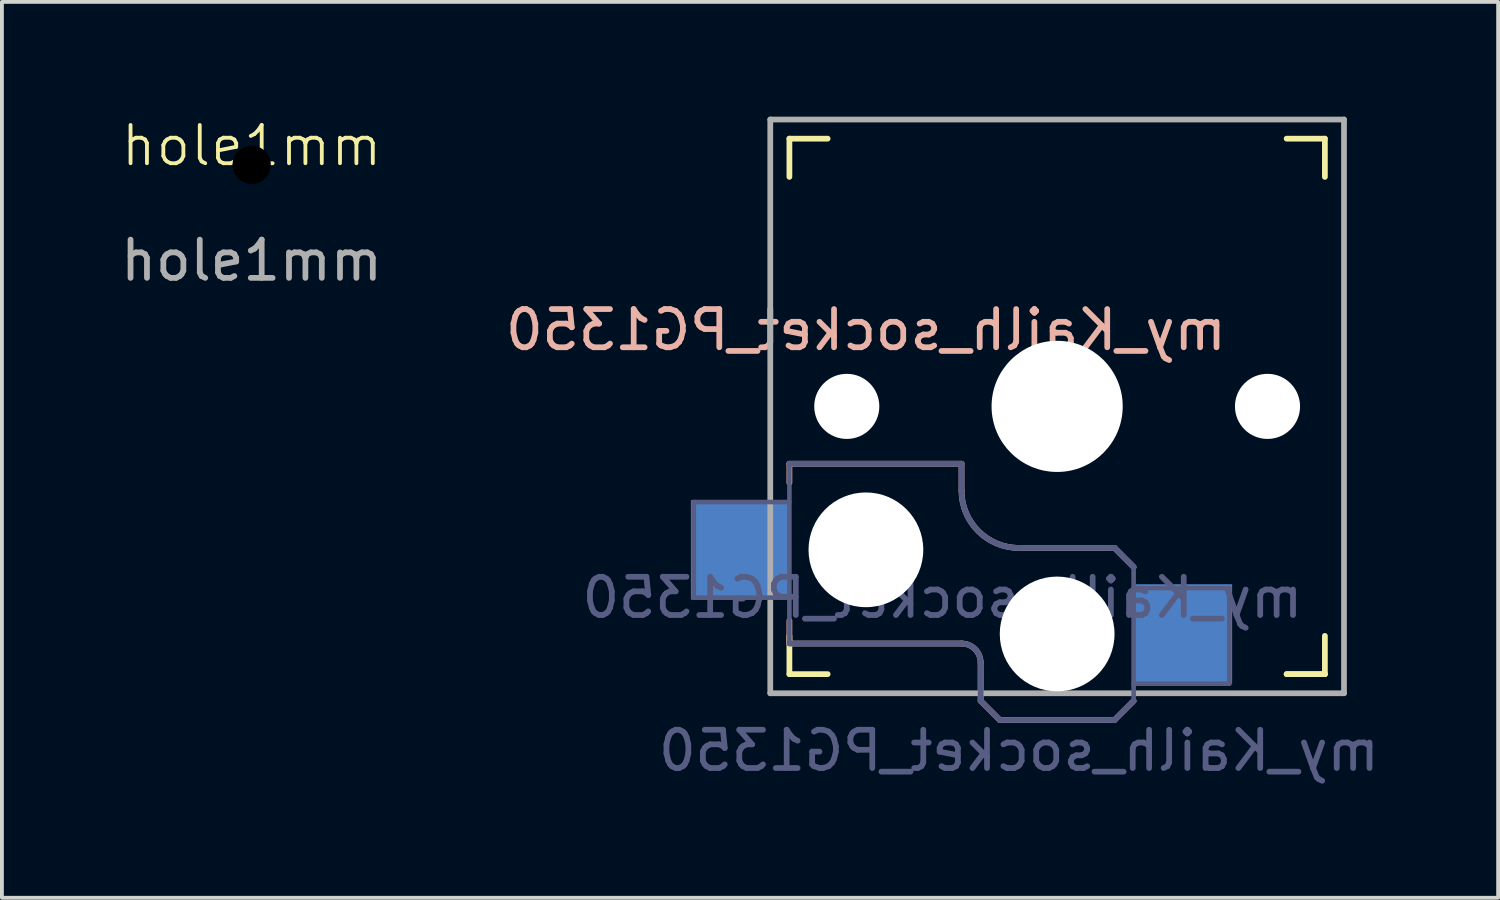
<source format=kicad_pcb>
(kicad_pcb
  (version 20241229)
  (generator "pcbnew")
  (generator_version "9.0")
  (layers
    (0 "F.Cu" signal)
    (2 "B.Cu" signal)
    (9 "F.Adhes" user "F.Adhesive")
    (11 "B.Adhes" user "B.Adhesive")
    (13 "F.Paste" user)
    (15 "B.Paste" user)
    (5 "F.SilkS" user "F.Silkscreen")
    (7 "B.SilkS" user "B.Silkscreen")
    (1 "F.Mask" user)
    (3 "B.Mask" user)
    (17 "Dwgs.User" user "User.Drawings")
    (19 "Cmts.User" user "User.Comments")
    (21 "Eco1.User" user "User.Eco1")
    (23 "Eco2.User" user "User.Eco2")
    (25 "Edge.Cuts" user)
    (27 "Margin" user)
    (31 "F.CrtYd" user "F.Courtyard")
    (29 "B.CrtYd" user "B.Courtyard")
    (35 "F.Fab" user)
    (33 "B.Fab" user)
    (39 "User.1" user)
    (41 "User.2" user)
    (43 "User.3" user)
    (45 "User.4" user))
  (footprint "my_Kailh_socket_PG1350"
    (layer "F.Cu")
    (at 24.589 7.575)
    (property "Reference" "my_Kailh_socket_PG1350" (at -5 -2 0) (layer "B.SilkS") (effects (font (size 1 1) (thickness 0.15)) (justify mirror)))
    (property "Value" "my_Kailh_socket_PG1350" (at 0 8.255 0) (layer "F.Fab") (hide yes) (effects (font (size 1 1) (thickness 0.15))))
    (attr smd)
    (fp_line (start -7 -6) (end -7 -7) (stroke (width 0.15) (type solid)) (layer "F.SilkS"))
    (fp_line (start -7 7) (end -7 6) (stroke (width 0.15) (type solid)) (layer "F.SilkS"))
    (fp_line (start -7 7) (end -6 7) (stroke (width 0.15) (type solid)) (layer "F.SilkS"))
    (fp_line (start -6 -7) (end -7 -7) (stroke (width 0.15) (type solid)) (layer "F.SilkS"))
    (fp_line (start 6 7) (end 7 7) (stroke (width 0.15) (type solid)) (layer "F.SilkS"))
    (fp_line (start 7 -7) (end 6 -7) (stroke (width 0.15) (type solid)) (layer "F.SilkS"))
    (fp_line (start 7 -7) (end 7 -6) (stroke (width 0.15) (type solid)) (layer "F.SilkS"))
    (fp_line (start 7 6) (end 7 7) (stroke (width 0.15) (type solid)) (layer "F.SilkS"))
    (fp_line (start 7 7) (end 6 7) (stroke (width 0.15) (type solid)) (layer "F.SilkS"))
    (fp_line (start -7 1.5) (end -7 2) (stroke (width 0.15) (type solid)) (layer "B.SilkS"))
    (fp_line (start -7 5.6) (end -7 6.2) (stroke (width 0.15) (type solid)) (layer "B.SilkS"))
    (fp_line (start -7 6.2) (end -2.5 6.2) (stroke (width 0.15) (type solid)) (layer "B.SilkS"))
    (fp_line (start -2.5 1.5) (end -7 1.5) (stroke (width 0.15) (type solid)) (layer "B.SilkS"))
    (fp_line (start -2.5 2.2) (end -2.5 1.5) (stroke (width 0.15) (type solid)) (layer "B.SilkS"))
    (fp_line (start -2 6.7) (end -2 7.7) (stroke (width 0.15) (type solid)) (layer "B.SilkS"))
    (fp_line (start -1.5 8.2) (end -2 7.7) (stroke (width 0.15) (type solid)) (layer "B.SilkS"))
    (fp_line (start 1.5 3.7) (end -1 3.7) (stroke (width 0.15) (type solid)) (layer "B.SilkS"))
    (fp_line (start 1.5 8.2) (end -1.5 8.2) (stroke (width 0.15) (type solid)) (layer "B.SilkS"))
    (fp_line (start 2 4.2) (end 1.5 3.7) (stroke (width 0.15) (type solid)) (layer "B.SilkS"))
    (fp_line (start 2 7.7) (end 1.5 8.2) (stroke (width 0.15) (type solid)) (layer "B.SilkS"))
    (fp_arc (start -2.5 6.2) (mid -2.146447 6.346447) (end -2 6.7) (stroke (width 0.15) (type solid)) (layer "B.SilkS"))
    (fp_arc (start -1 3.7) (mid -2.06066 3.26066) (end -2.5 2.2) (stroke (width 0.15) (type solid)) (layer "B.SilkS"))
    (fp_line (start -6.9 6.9) (end -6.9 -6.9) (stroke (width 0.15) (type solid)) (layer "Eco2.User"))
    (fp_line (start -6.9 6.9) (end 6.9 6.9) (stroke (width 0.15) (type solid)) (layer "Eco2.User"))
    (fp_line (start -2.6 -3.1) (end -2.6 -6.3) (stroke (width 0.15) (type solid)) (layer "Eco2.User"))
    (fp_line (start -2.6 -3.1) (end 2.6 -3.1) (stroke (width 0.15) (type solid)) (layer "Eco2.User"))
    (fp_line (start 2.6 -6.3) (end -2.6 -6.3) (stroke (width 0.15) (type solid)) (layer "Eco2.User"))
    (fp_line (start 2.6 -3.1) (end 2.6 -6.3) (stroke (width 0.15) (type solid)) (layer "Eco2.User"))
    (fp_line (start 6.9 -6.9) (end -6.9 -6.9) (stroke (width 0.15) (type solid)) (layer "Eco2.User"))
    (fp_line (start 6.9 -6.9) (end 6.9 6.9) (stroke (width 0.15) (type solid)) (layer "Eco2.User"))
    (fp_line (start -9.5 2.5) (end -7 2.5) (stroke (width 0.12) (type solid)) (layer "B.Fab"))
    (fp_line (start -9.5 5) (end -9.5 2.5) (stroke (width 0.12) (type solid)) (layer "B.Fab"))
    (fp_line (start -7 1.5) (end -7 6.2) (stroke (width 0.12) (type solid)) (layer "B.Fab"))
    (fp_line (start -7 5) (end -9.5 5) (stroke (width 0.12) (type solid)) (layer "B.Fab"))
    (fp_line (start -7 6.2) (end -2.5 6.2) (stroke (width 0.15) (type solid)) (layer "B.Fab"))
    (fp_line (start -2.5 1.5) (end -7 1.5) (stroke (width 0.15) (type solid)) (layer "B.Fab"))
    (fp_line (start -2.5 2.2) (end -2.5 1.5) (stroke (width 0.15) (type solid)) (layer "B.Fab"))
    (fp_line (start -2 6.7) (end -2 7.7) (stroke (width 0.15) (type solid)) (layer "B.Fab"))
    (fp_line (start -1.5 8.2) (end -2 7.7) (stroke (width 0.15) (type solid)) (layer "B.Fab"))
    (fp_line (start 1.5 3.7) (end -1 3.7) (stroke (width 0.15) (type solid)) (layer "B.Fab"))
    (fp_line (start 1.5 8.2) (end -1.5 8.2) (stroke (width 0.15) (type solid)) (layer "B.Fab"))
    (fp_line (start 2 4.2) (end 1.5 3.7) (stroke (width 0.15) (type solid)) (layer "B.Fab"))
    (fp_line (start 2 4.25) (end 2 7.7) (stroke (width 0.12) (type solid)) (layer "B.Fab"))
    (fp_line (start 2 4.75) (end 4.5 4.75) (stroke (width 0.12) (type solid)) (layer "B.Fab"))
    (fp_line (start 2 7.7) (end 1.5 8.2) (stroke (width 0.15) (type solid)) (layer "B.Fab"))
    (fp_line (start 4.5 4.75) (end 4.5 7.25) (stroke (width 0.12) (type solid)) (layer "B.Fab"))
    (fp_line (start 4.5 7.25) (end 2 7.25) (stroke (width 0.12) (type solid)) (layer "B.Fab"))
    (fp_arc (start -2.5 6.2) (mid -2.146447 6.346447) (end -2 6.7) (stroke (width 0.15) (type solid)) (layer "B.Fab"))
    (fp_arc (start -1 3.7) (mid -2.06066 3.26066) (end -2.5 2.2) (stroke (width 0.15) (type solid)) (layer "B.Fab"))
    (fp_line (start -7.5 -7.5) (end 7.5 -7.5) (stroke (width 0.15) (type solid)) (layer "F.Fab"))
    (fp_line (start -7.5 7.5) (end -7.5 -7.5) (stroke (width 0.15) (type solid)) (layer "F.Fab"))
    (fp_line (start 7.5 -7.5) (end 7.5 7.5) (stroke (width 0.15) (type solid)) (layer "F.Fab"))
    (fp_line (start 7.5 7.5) (end -7.5 7.5) (stroke (width 0.15) (type solid)) (layer "F.Fab"))
    (fp_text user "${VALUE}" (at -1 9 0) (layer "B.Fab") (effects (font (size 1 1) (thickness 0.15)) (justify mirror)))
    (fp_text user "${REFERENCE}" (at -3 5 0) (layer "B.Fab") (effects (font (size 1 1) (thickness 0.15)) (justify mirror)))
    (pad "" np_thru_hole circle (at -5.5 0) (size 1.702 1.702) (drill 1.702) (layers "*.Cu" "*.Mask"))
    (pad "" np_thru_hole circle (at -5 3.75) (size 3 3) (drill 3) (layers "*.Cu" "*.Mask"))
    (pad "" np_thru_hole circle (at 0 0) (size 3.429 3.429) (drill 3.429) (layers "*.Cu" "*.Mask"))
    (pad "" np_thru_hole circle (at 0 5.95) (size 3 3) (drill 3) (layers "*.Cu" "*.Mask"))
    (pad "" np_thru_hole circle (at 5.5 0) (size 1.702 1.702) (drill 1.702) (layers "*.Cu" "*.Mask"))
    (pad "1" smd rect (at 3.275 5.95) (size 2.6 2.6) (layers "B.Cu" "B.Mask" "B.Paste"))
    (pad "2" smd rect (at -8.275 3.75) (size 2.6 2.6) (layers "B.Cu" "B.Mask" "B.Paste")))
  (footprint "hole1mm"
    (layer "F.Cu")
    (at 3.53 1.26)
    (property "Reference" "hole1mm" (at 0 -0.5 0) (unlocked yes) (layer "F.SilkS") (effects (font (size 1 1) (thickness 0.1))))
    (attr smd)
    (fp_text user "${REFERENCE}" (at 0 2.5 0) (unlocked yes) (layer "F.Fab") (effects (font (size 1 1) (thickness 0.15))))
    (pad "" np_thru_hole circle (at 0 0) (size 1 1) (drill 1) (layers "*.Mask" "F.Paste")))
  (gr_rect
    (start -3 -3)
    (end 36.119 20.423)
    (stroke (width 0.1) (type default))
    (fill no)
    (layer "Edge.Cuts")))
</source>
